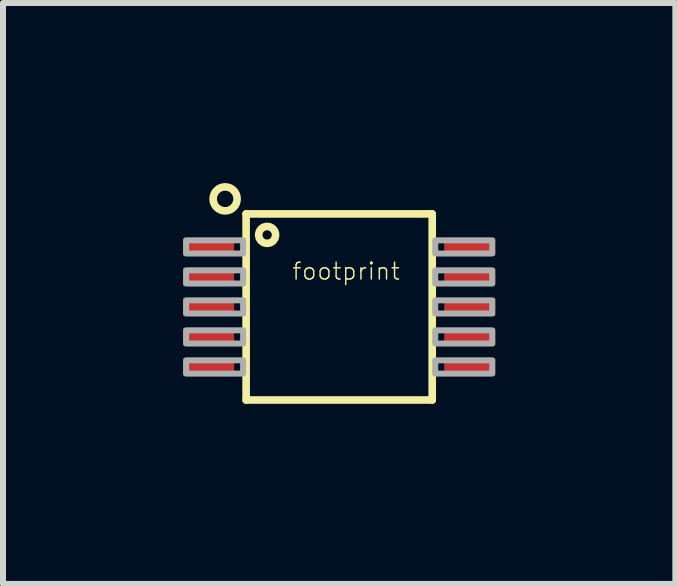
<source format=kicad_pcb>
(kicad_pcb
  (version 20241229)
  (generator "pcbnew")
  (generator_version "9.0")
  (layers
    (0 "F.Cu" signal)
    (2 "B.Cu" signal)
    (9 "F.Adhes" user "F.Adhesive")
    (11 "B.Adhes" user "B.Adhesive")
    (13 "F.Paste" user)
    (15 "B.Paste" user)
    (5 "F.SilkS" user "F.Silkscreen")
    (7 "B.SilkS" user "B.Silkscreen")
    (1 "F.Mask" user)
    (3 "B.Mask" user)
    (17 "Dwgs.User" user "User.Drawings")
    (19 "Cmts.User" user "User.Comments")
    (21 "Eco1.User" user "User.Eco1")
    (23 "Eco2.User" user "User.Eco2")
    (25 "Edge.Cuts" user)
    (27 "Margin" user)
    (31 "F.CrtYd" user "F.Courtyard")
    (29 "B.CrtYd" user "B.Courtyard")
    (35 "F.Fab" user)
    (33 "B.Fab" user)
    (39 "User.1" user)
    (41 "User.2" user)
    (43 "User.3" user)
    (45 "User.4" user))
  (footprint "footprint"
    (layer "F.Cu")
    (at 2.6 2.063)
    (property "Reference" "footprint" (at -0.8 -0.43 0) (layer "F.SilkS") (effects (font (size 0.28 0.28) (thickness 0.024)) (justify left bottom)))
    (fp_line (start -1.55 -1.55) (end 1.55 -1.55) (stroke (width 0.127) (type solid)) (layer "F.SilkS"))
    (fp_line (start -1.55 1.55) (end -1.55 -1.55) (stroke (width 0.127) (type solid)) (layer "F.SilkS"))
    (fp_line (start 1.55 -1.55) (end 1.55 1.55) (stroke (width 0.127) (type solid)) (layer "F.SilkS"))
    (fp_line (start 1.55 1.55) (end -1.55 1.55) (stroke (width 0.127) (type solid)) (layer "F.SilkS"))
    (fp_circle (center -1.9 -1.8) (end -1.7 -1.8) (stroke (width 0.127) (type solid)) (fill no) (layer "F.SilkS"))
    (fp_circle (center -1.2 -1.2) (end -1.059 -1.2) (stroke (width 0.127) (type solid)) (fill no) (layer "F.SilkS"))
    (fp_poly (pts (xy -2.55 -0.89) (xy -1.6 -0.89) (xy -1.6 -1.11) (xy -2.55 -1.11)) (stroke (width 0.1) (type solid)) (fill no) (layer "F.Fab"))
    (fp_poly (pts (xy -2.55 -0.39) (xy -1.6 -0.39) (xy -1.6 -0.61) (xy -2.55 -0.61)) (stroke (width 0.1) (type solid)) (fill no) (layer "F.Fab"))
    (fp_poly (pts (xy -2.55 0.11) (xy -1.6 0.11) (xy -1.6 -0.11) (xy -2.55 -0.11)) (stroke (width 0.1) (type solid)) (fill no) (layer "F.Fab"))
    (fp_poly (pts (xy -2.55 0.61) (xy -1.6 0.61) (xy -1.6 0.39) (xy -2.55 0.39)) (stroke (width 0.1) (type solid)) (fill no) (layer "F.Fab"))
    (fp_poly (pts (xy -2.55 1.11) (xy -1.6 1.11) (xy -1.6 0.89) (xy -2.55 0.89)) (stroke (width 0.1) (type solid)) (fill no) (layer "F.Fab"))
    (fp_poly (pts (xy 2.55 -1.11) (xy 1.6 -1.11) (xy 1.6 -0.89) (xy 2.55 -0.89)) (stroke (width 0.1) (type solid)) (fill no) (layer "F.Fab"))
    (fp_poly (pts (xy 2.55 -0.61) (xy 1.6 -0.61) (xy 1.6 -0.39) (xy 2.55 -0.39)) (stroke (width 0.1) (type solid)) (fill no) (layer "F.Fab"))
    (fp_poly (pts (xy 2.55 -0.11) (xy 1.6 -0.11) (xy 1.6 0.11) (xy 2.55 0.11)) (stroke (width 0.1) (type solid)) (fill no) (layer "F.Fab"))
    (fp_poly (pts (xy 2.55 0.39) (xy 1.6 0.39) (xy 1.6 0.61) (xy 2.55 0.61)) (stroke (width 0.1) (type solid)) (fill no) (layer "F.Fab"))
    (fp_poly (pts (xy 2.55 0.89) (xy 1.6 0.89) (xy 1.6 1.11) (xy 2.55 1.11)) (stroke (width 0.1) (type solid)) (fill no) (layer "F.Fab"))
    (pad "BP" smd rect (at 2.175 0.5) (size 0.85 0.29) (layers "F.Cu" "F.Mask" "F.Paste"))
    (pad "BTL" smd rect (at 2.175 0) (size 0.85 0.29) (layers "F.Cu" "F.Mask" "F.Paste"))
    (pad "GND" smd rect (at -2.175 0.5) (size 0.85 0.29) (layers "F.Cu" "F.Mask" "F.Paste"))
    (pad "HP-IN" smd rect (at -2.175 0) (size 0.85 0.29) (layers "F.Cu" "F.Mask" "F.Paste"))
    (pad "LIN" smd rect (at -2.175 -1) (size 0.85 0.29) (layers "F.Cu" "F.Mask" "F.Paste"))
    (pad "LOUT" smd rect (at 2.175 -1) (size 0.85 0.29) (layers "F.Cu" "F.Mask" "F.Paste"))
    (pad "RIN" smd rect (at -2.175 1) (size 0.85 0.29) (layers "F.Cu" "F.Mask" "F.Paste"))
    (pad "ROUT" smd rect (at 2.175 1) (size 0.85 0.29) (layers "F.Cu" "F.Mask" "F.Paste"))
    (pad "SDN" smd rect (at -2.175 -0.5) (size 0.85 0.29) (layers "F.Cu" "F.Mask" "F.Paste"))
    (pad "VDD" smd rect (at 2.175 -0.5) (size 0.85 0.29) (layers "F.Cu" "F.Mask" "F.Paste")))
  (gr_rect
    (start -3 -3)
    (end 8.2 6.677)
    (stroke (width 0.1) (type default))
    (fill no)
    (layer "Edge.Cuts")))
</source>
